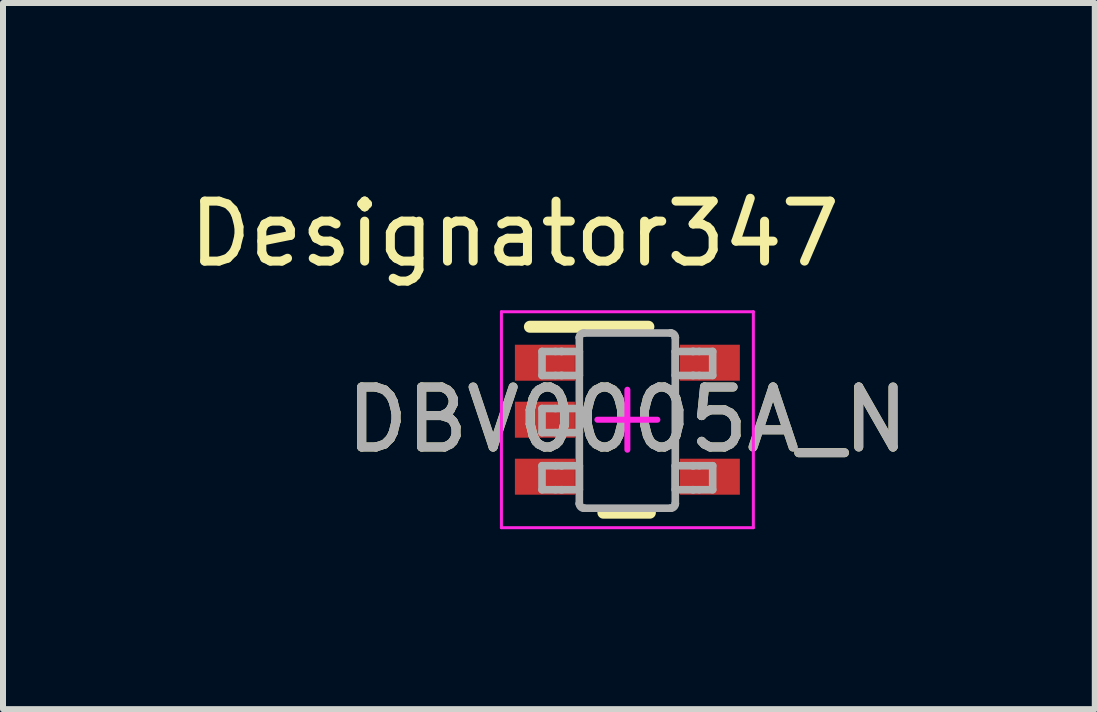
<source format=kicad_pcb>
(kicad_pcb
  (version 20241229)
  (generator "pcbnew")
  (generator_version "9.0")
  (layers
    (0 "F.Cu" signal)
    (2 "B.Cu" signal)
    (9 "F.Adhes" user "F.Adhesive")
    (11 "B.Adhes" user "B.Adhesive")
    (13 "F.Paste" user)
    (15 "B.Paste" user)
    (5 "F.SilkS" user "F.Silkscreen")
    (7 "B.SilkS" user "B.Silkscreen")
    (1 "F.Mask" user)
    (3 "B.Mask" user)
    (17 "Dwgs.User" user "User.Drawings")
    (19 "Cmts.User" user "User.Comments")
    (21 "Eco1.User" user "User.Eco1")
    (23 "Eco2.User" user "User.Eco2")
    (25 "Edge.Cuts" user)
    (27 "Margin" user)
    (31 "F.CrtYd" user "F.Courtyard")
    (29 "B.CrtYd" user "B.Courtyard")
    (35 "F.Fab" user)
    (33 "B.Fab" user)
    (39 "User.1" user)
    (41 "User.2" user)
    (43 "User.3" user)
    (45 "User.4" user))
  (footprint "DBV0005A_N"
    (layer "F.Cu")
    (at 7.409 3.947)
    (property "Reference" "DBV0005A_N" (at 0 0 0) (unlocked yes) (layer "F.SilkS") (effects (font (size 1 1) (thickness 0.15))))
    (attr smd)
    (fp_line (start -1.625 -1.55) (end 0.35 -1.55) (stroke (width 0.2) (type solid)) (layer "F.SilkS"))
    (fp_line (start -0.4 1.55) (end 0.375 1.55) (stroke (width 0.2) (type solid)) (layer "F.SilkS"))
    (fp_line (start -2.1 -1.8) (end 2.1 -1.8) (stroke (width 0.05) (type solid)) (layer "F.CrtYd"))
    (fp_line (start -2.1 1.8) (end -2.1 -1.8) (stroke (width 0.05) (type solid)) (layer "F.CrtYd"))
    (fp_line (start -2.1 1.8) (end 2.1 1.8) (stroke (width 0.05) (type solid)) (layer "F.CrtYd"))
    (fp_line (start -0.5 0) (end 0.5 0) (stroke (width 0.1) (type solid)) (layer "F.CrtYd"))
    (fp_line (start 0 0.5) (end 0 -0.5) (stroke (width 0.1) (type solid)) (layer "F.CrtYd"))
    (fp_line (start 2.1 1.8) (end 2.1 -1.8) (stroke (width 0.05) (type solid)) (layer "F.CrtYd"))
    (fp_line (start -1.423 -1.138) (end -1.199 -1.138) (stroke (width 0.127) (type solid)) (layer "F.Fab"))
    (fp_line (start -1.423 -0.738) (end -1.423 -1.138) (stroke (width 0.127) (type solid)) (layer "F.Fab"))
    (fp_line (start -1.423 -0.738) (end -1.199 -0.738) (stroke (width 0.127) (type solid)) (layer "F.Fab"))
    (fp_line (start -1.423 -0.186) (end -1.199 -0.186) (stroke (width 0.127) (type solid)) (layer "F.Fab"))
    (fp_line (start -1.423 0.215) (end -1.423 -0.186) (stroke (width 0.127) (type solid)) (layer "F.Fab"))
    (fp_line (start -1.423 0.215) (end -1.199 0.215) (stroke (width 0.127) (type solid)) (layer "F.Fab"))
    (fp_line (start -1.423 0.767) (end -1.199 0.767) (stroke (width 0.127) (type solid)) (layer "F.Fab"))
    (fp_line (start -1.423 1.167) (end -1.423 0.767) (stroke (width 0.127) (type solid)) (layer "F.Fab"))
    (fp_line (start -1.423 1.167) (end -1.199 1.167) (stroke (width 0.127) (type solid)) (layer "F.Fab"))
    (fp_line (start -1.199 -1.138) (end -1.105 -1.138) (stroke (width 0.127) (type solid)) (layer "F.Fab"))
    (fp_line (start -1.199 -0.738) (end -1.105 -0.738) (stroke (width 0.127) (type solid)) (layer "F.Fab"))
    (fp_line (start -1.199 -0.186) (end -1.105 -0.186) (stroke (width 0.127) (type solid)) (layer "F.Fab"))
    (fp_line (start -1.199 0.215) (end -1.105 0.215) (stroke (width 0.127) (type solid)) (layer "F.Fab"))
    (fp_line (start -1.199 0.767) (end -1.105 0.767) (stroke (width 0.127) (type solid)) (layer "F.Fab"))
    (fp_line (start -1.199 1.167) (end -1.105 1.167) (stroke (width 0.127) (type solid)) (layer "F.Fab"))
    (fp_line (start -1.105 -1.138) (end -1.088 -1.138) (stroke (width 0.127) (type solid)) (layer "F.Fab"))
    (fp_line (start -1.105 -0.738) (end -1.088 -0.738) (stroke (width 0.127) (type solid)) (layer "F.Fab"))
    (fp_line (start -1.105 -0.186) (end -1.088 -0.186) (stroke (width 0.127) (type solid)) (layer "F.Fab"))
    (fp_line (start -1.105 0.215) (end -1.088 0.215) (stroke (width 0.127) (type solid)) (layer "F.Fab"))
    (fp_line (start -1.105 0.767) (end -1.088 0.767) (stroke (width 0.127) (type solid)) (layer "F.Fab"))
    (fp_line (start -1.105 1.167) (end -1.088 1.167) (stroke (width 0.127) (type solid)) (layer "F.Fab"))
    (fp_line (start -1.088 -1.138) (end -0.835 -1.138) (stroke (width 0.127) (type solid)) (layer "F.Fab"))
    (fp_line (start -1.088 -0.738) (end -0.835 -0.738) (stroke (width 0.127) (type solid)) (layer "F.Fab"))
    (fp_line (start -1.088 -0.186) (end -0.835 -0.186) (stroke (width 0.127) (type solid)) (layer "F.Fab"))
    (fp_line (start -1.088 0.215) (end -0.835 0.215) (stroke (width 0.127) (type solid)) (layer "F.Fab"))
    (fp_line (start -1.088 0.767) (end -0.835 0.767) (stroke (width 0.127) (type solid)) (layer "F.Fab"))
    (fp_line (start -1.088 1.167) (end -0.835 1.167) (stroke (width 0.127) (type solid)) (layer "F.Fab"))
    (fp_line (start -0.835 -1.138) (end -0.801 -1.138) (stroke (width 0.127) (type solid)) (layer "F.Fab"))
    (fp_line (start -0.835 -0.738) (end -0.801 -0.738) (stroke (width 0.127) (type solid)) (layer "F.Fab"))
    (fp_line (start -0.835 -0.186) (end -0.801 -0.186) (stroke (width 0.127) (type solid)) (layer "F.Fab"))
    (fp_line (start -0.835 0.215) (end -0.801 0.215) (stroke (width 0.127) (type solid)) (layer "F.Fab"))
    (fp_line (start -0.835 0.767) (end -0.801 0.767) (stroke (width 0.127) (type solid)) (layer "F.Fab"))
    (fp_line (start -0.835 1.167) (end -0.801 1.167) (stroke (width 0.127) (type solid)) (layer "F.Fab"))
    (fp_line (start -0.801 -1.37) (end -0.801 -1.371) (stroke (width 0.127) (type solid)) (layer "F.Fab"))
    (fp_line (start -0.801 -0.738) (end -0.801 -1.138) (stroke (width 0.127) (type solid)) (layer "F.Fab"))
    (fp_line (start -0.801 0.215) (end -0.801 -0.186) (stroke (width 0.127) (type solid)) (layer "F.Fab"))
    (fp_line (start -0.801 1.167) (end -0.801 0.767) (stroke (width 0.127) (type solid)) (layer "F.Fab"))
    (fp_line (start -0.801 1.399) (end -0.801 -1.37) (stroke (width 0.127) (type solid)) (layer "F.Fab"))
    (fp_line (start -0.801 1.4) (end -0.801 1.399) (stroke (width 0.127) (type solid)) (layer "F.Fab"))
    (fp_line (start -0.725 -1.446) (end -0.725 -1.446) (stroke (width 0.127) (type solid)) (layer "F.Fab"))
    (fp_line (start -0.725 1.475) (end -0.725 1.475) (stroke (width 0.127) (type solid)) (layer "F.Fab"))
    (fp_line (start -0.725 -1.446) (end 0.723 -1.446) (stroke (width 0.127) (type solid)) (layer "F.Fab"))
    (fp_line (start -0.725 1.475) (end 0.723 1.475) (stroke (width 0.127) (type solid)) (layer "F.Fab"))
    (fp_line (start 0.723 -1.446) (end 0.724 -1.446) (stroke (width 0.127) (type solid)) (layer "F.Fab"))
    (fp_line (start 0.723 1.475) (end 0.724 1.475) (stroke (width 0.127) (type solid)) (layer "F.Fab"))
    (fp_line (start 0.799 -1.37) (end 0.799 -1.371) (stroke (width 0.127) (type solid)) (layer "F.Fab"))
    (fp_line (start 0.799 -1.138) (end 0.834 -1.138) (stroke (width 0.127) (type solid)) (layer "F.Fab"))
    (fp_line (start 0.799 -0.738) (end 0.799 -1.138) (stroke (width 0.127) (type solid)) (layer "F.Fab"))
    (fp_line (start 0.799 -0.738) (end 0.834 -0.738) (stroke (width 0.127) (type solid)) (layer "F.Fab"))
    (fp_line (start 0.799 0.767) (end 0.834 0.767) (stroke (width 0.127) (type solid)) (layer "F.Fab"))
    (fp_line (start 0.799 1.167) (end 0.799 0.767) (stroke (width 0.127) (type solid)) (layer "F.Fab"))
    (fp_line (start 0.799 1.167) (end 0.834 1.167) (stroke (width 0.127) (type solid)) (layer "F.Fab"))
    (fp_line (start 0.799 1.399) (end 0.799 -1.37) (stroke (width 0.127) (type solid)) (layer "F.Fab"))
    (fp_line (start 0.799 1.4) (end 0.799 1.399) (stroke (width 0.127) (type solid)) (layer "F.Fab"))
    (fp_line (start 0.834 -1.138) (end 1.087 -1.138) (stroke (width 0.127) (type solid)) (layer "F.Fab"))
    (fp_line (start 0.834 -0.738) (end 1.087 -0.738) (stroke (width 0.127) (type solid)) (layer "F.Fab"))
    (fp_line (start 0.834 0.767) (end 1.087 0.767) (stroke (width 0.127) (type solid)) (layer "F.Fab"))
    (fp_line (start 0.834 1.167) (end 1.087 1.167) (stroke (width 0.127) (type solid)) (layer "F.Fab"))
    (fp_line (start 1.087 -1.138) (end 1.103 -1.138) (stroke (width 0.127) (type solid)) (layer "F.Fab"))
    (fp_line (start 1.087 -0.738) (end 1.103 -0.738) (stroke (width 0.127) (type solid)) (layer "F.Fab"))
    (fp_line (start 1.087 0.767) (end 1.103 0.767) (stroke (width 0.127) (type solid)) (layer "F.Fab"))
    (fp_line (start 1.087 1.167) (end 1.103 1.167) (stroke (width 0.127) (type solid)) (layer "F.Fab"))
    (fp_line (start 1.103 -1.138) (end 1.198 -1.138) (stroke (width 0.127) (type solid)) (layer "F.Fab"))
    (fp_line (start 1.103 -0.738) (end 1.198 -0.738) (stroke (width 0.127) (type solid)) (layer "F.Fab"))
    (fp_line (start 1.103 0.767) (end 1.198 0.767) (stroke (width 0.127) (type solid)) (layer "F.Fab"))
    (fp_line (start 1.103 1.167) (end 1.198 1.167) (stroke (width 0.127) (type solid)) (layer "F.Fab"))
    (fp_line (start 1.198 -1.138) (end 1.422 -1.138) (stroke (width 0.127) (type solid)) (layer "F.Fab"))
    (fp_line (start 1.198 -0.738) (end 1.422 -0.738) (stroke (width 0.127) (type solid)) (layer "F.Fab"))
    (fp_line (start 1.198 0.767) (end 1.422 0.767) (stroke (width 0.127) (type solid)) (layer "F.Fab"))
    (fp_line (start 1.198 1.167) (end 1.422 1.167) (stroke (width 0.127) (type solid)) (layer "F.Fab"))
    (fp_line (start 1.422 -0.738) (end 1.422 -1.138) (stroke (width 0.127) (type solid)) (layer "F.Fab"))
    (fp_line (start 1.422 1.167) (end 1.422 0.767) (stroke (width 0.127) (type solid)) (layer "F.Fab"))
    (fp_arc (start -0.80074 -1.37084) (mid -0.778218 -1.423887) (end -0.724999 -1.445998) (stroke (width 0.127) (type solid)) (layer "F.Fab"))
    (fp_arc (start -0.724999 1.475) (mid -0.778213 1.452901) (end -0.80074 1.399867) (stroke (width 0.127) (type solid)) (layer "F.Fab"))
    (fp_arc (start 0.723714 -1.445998) (mid 0.776933 -1.423887) (end 0.799455 -1.37084) (stroke (width 0.127) (type solid)) (layer "F.Fab"))
    (fp_arc (start 0.799455 1.399868) (mid 0.776927 1.452901) (end 0.723713 1.475) (stroke (width 0.127) (type solid)) (layer "F.Fab"))
    (fp_text user "Designator347" (at -1.88 -3.099 0) (unlocked yes) (layer "F.SilkS") (effects (font (size 1 1) (thickness 0.15))))
    (fp_text user "${REFERENCE}" (at 0 0 0) (unlocked yes) (layer "F.Fab") (effects (font (size 1 1) (thickness 0.15))))
    (pad "1" smd rect (at -1.375 -0.95 90) (size 0.6 1) (layers "F.Cu" "F.Mask" "F.Paste"))
    (pad "2" smd rect (at -1.375 0 90) (size 0.6 1) (layers "F.Cu" "F.Mask" "F.Paste"))
    (pad "3" smd rect (at -1.375 0.95 90) (size 0.6 1) (layers "F.Cu" "F.Mask" "F.Paste"))
    (pad "4" smd rect (at 1.375 0.95 90) (size 0.6 1) (layers "F.Cu" "F.Mask" "F.Paste"))
    (pad "5" smd rect (at 1.375 -0.95 90) (size 0.6 1) (layers "F.Cu" "F.Mask" "F.Paste")))
  (gr_rect
    (start -3 -3)
    (end 15.201 8.772)
    (stroke (width 0.1) (type default))
    (fill no)
    (layer "Edge.Cuts")))
</source>
